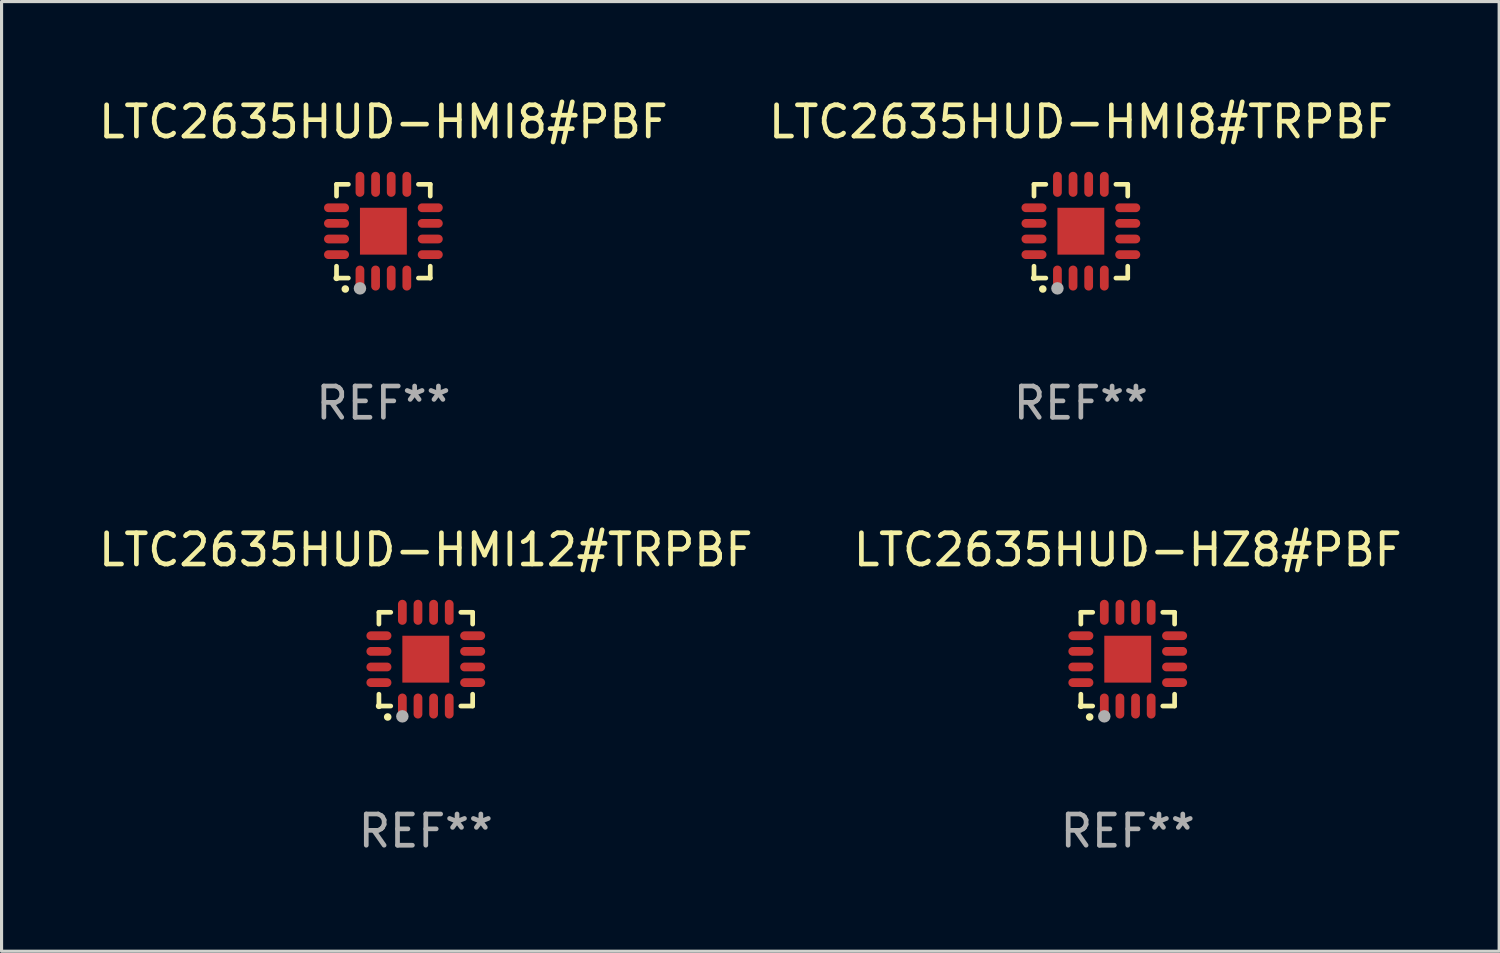
<source format=kicad_pcb>
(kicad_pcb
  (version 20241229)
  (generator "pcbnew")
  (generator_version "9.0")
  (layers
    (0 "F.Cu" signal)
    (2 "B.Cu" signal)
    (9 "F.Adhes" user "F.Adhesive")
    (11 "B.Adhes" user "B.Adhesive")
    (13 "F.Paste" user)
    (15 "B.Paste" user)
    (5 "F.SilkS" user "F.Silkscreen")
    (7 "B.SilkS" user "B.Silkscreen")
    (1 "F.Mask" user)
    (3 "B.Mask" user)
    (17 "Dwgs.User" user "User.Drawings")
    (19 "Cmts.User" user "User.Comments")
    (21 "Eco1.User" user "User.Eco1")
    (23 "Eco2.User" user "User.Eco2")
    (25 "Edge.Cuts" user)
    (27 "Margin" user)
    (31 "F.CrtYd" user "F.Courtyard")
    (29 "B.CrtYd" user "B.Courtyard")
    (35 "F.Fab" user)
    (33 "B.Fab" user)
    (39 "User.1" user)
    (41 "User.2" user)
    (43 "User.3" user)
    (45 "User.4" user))
  (footprint "LTC2635HUD-HMI8#TRPBF"
    (layer "F.Cu")
    (at 31.542 4.349)
    (property "Reference" "LTC2635HUD-HMI8#TRPBF" (at 0 -3.5 0) (layer "F.SilkS") (effects (font (size 1 1) (thickness 0.15))))
    (attr through_hole)
    (fp_line (start -1.5 -1.5) (end -1.121 -1.5) (stroke (width 0.15) (type solid)) (layer "F.SilkS"))
    (fp_line (start -1.5 -1.122) (end -1.5 -1.5) (stroke (width 0.15) (type solid)) (layer "F.SilkS"))
    (fp_line (start -1.5 1.5) (end -1.5 1.121) (stroke (width 0.15) (type solid)) (layer "F.SilkS"))
    (fp_line (start -1.121 1.5) (end -1.5 1.5) (stroke (width 0.15) (type solid)) (layer "F.SilkS"))
    (fp_line (start 1.121 -1.5) (end 1.5 -1.5) (stroke (width 0.15) (type solid)) (layer "F.SilkS"))
    (fp_line (start 1.5 -1.5) (end 1.5 -1.122) (stroke (width 0.15) (type solid)) (layer "F.SilkS"))
    (fp_line (start 1.5 1.121) (end 1.5 1.5) (stroke (width 0.15) (type solid)) (layer "F.SilkS"))
    (fp_line (start 1.5 1.5) (end 1.121 1.5) (stroke (width 0.15) (type solid)) (layer "F.SilkS"))
    (fp_arc (start -1.219926 1.850254) (mid -1.21891 1.85025) (end -1.217894 1.850254) (stroke (width 0.240005) (type solid)) (layer "F.SilkS"))
    (fp_circle (center -1.5 1.5) (end -1.45 1.5) (stroke (width 0.1) (type solid)) (fill no) (layer "F.SilkS"))
    (fp_circle (center -0.75 1.83) (end -0.65 1.83) (stroke (width 0.2) (type solid)) (fill no) (layer "F.Fab"))
    (fp_text user "REF**" (at 0 5.5 0) (layer "F.Fab") (effects (font (size 1 1) (thickness 0.15))))
    (pad "1" smd oval (at -0.75 1.5) (size 0.28 0.8) (layers "F.Cu" "F.Mask" "F.Paste"))
    (pad "2" smd oval (at -0.25 1.5) (size 0.28 0.8) (layers "F.Cu" "F.Mask" "F.Paste"))
    (pad "3" smd oval (at 0.25 1.5) (size 0.28 0.8) (layers "F.Cu" "F.Mask" "F.Paste"))
    (pad "4" smd oval (at 0.75 1.5) (size 0.28 0.8) (layers "F.Cu" "F.Mask" "F.Paste"))
    (pad "5" smd oval (at 1.5 0.75) (size 0.8 0.28) (layers "F.Cu" "F.Mask" "F.Paste"))
    (pad "6" smd oval (at 1.5 0.25) (size 0.8 0.28) (layers "F.Cu" "F.Mask" "F.Paste"))
    (pad "7" smd oval (at 1.5 -0.25) (size 0.8 0.28) (layers "F.Cu" "F.Mask" "F.Paste"))
    (pad "8" smd oval (at 1.5 -0.75) (size 0.8 0.28) (layers "F.Cu" "F.Mask" "F.Paste"))
    (pad "9" smd oval (at 0.75 -1.5) (size 0.28 0.8) (layers "F.Cu" "F.Mask" "F.Paste"))
    (pad "10" smd oval (at 0.25 -1.5) (size 0.28 0.8) (layers "F.Cu" "F.Mask" "F.Paste"))
    (pad "11" smd oval (at -0.25 -1.5) (size 0.28 0.8) (layers "F.Cu" "F.Mask" "F.Paste"))
    (pad "12" smd oval (at -0.75 -1.5) (size 0.28 0.8) (layers "F.Cu" "F.Mask" "F.Paste"))
    (pad "13" smd oval (at -1.5 -0.75) (size 0.8 0.28) (layers "F.Cu" "F.Mask" "F.Paste"))
    (pad "14" smd oval (at -1.5 -0.25) (size 0.8 0.28) (layers "F.Cu" "F.Mask" "F.Paste"))
    (pad "15" smd oval (at -1.5 0.25) (size 0.8 0.28) (layers "F.Cu" "F.Mask" "F.Paste"))
    (pad "16" smd oval (at -1.5 0.75) (size 0.8 0.28) (layers "F.Cu" "F.Mask" "F.Paste"))
    (pad "17" smd rect (at -0.000064 0.000165) (size 1.5 1.5) (layers "F.Cu" "F.Mask" "F.Paste")))
  (footprint "LTC2635HUD-HMI8#PBF"
    (layer "F.Cu")
    (at 9.22 4.349)
    (property "Reference" "LTC2635HUD-HMI8#PBF" (at 0 -3.5 0) (layer "F.SilkS") (effects (font (size 1 1) (thickness 0.15))))
    (attr through_hole)
    (fp_line (start -1.5 -1.5) (end -1.121 -1.5) (stroke (width 0.15) (type solid)) (layer "F.SilkS"))
    (fp_line (start -1.5 -1.122) (end -1.5 -1.5) (stroke (width 0.15) (type solid)) (layer "F.SilkS"))
    (fp_line (start -1.5 1.5) (end -1.5 1.121) (stroke (width 0.15) (type solid)) (layer "F.SilkS"))
    (fp_line (start -1.121 1.5) (end -1.5 1.5) (stroke (width 0.15) (type solid)) (layer "F.SilkS"))
    (fp_line (start 1.121 -1.5) (end 1.5 -1.5) (stroke (width 0.15) (type solid)) (layer "F.SilkS"))
    (fp_line (start 1.5 -1.5) (end 1.5 -1.122) (stroke (width 0.15) (type solid)) (layer "F.SilkS"))
    (fp_line (start 1.5 1.121) (end 1.5 1.5) (stroke (width 0.15) (type solid)) (layer "F.SilkS"))
    (fp_line (start 1.5 1.5) (end 1.121 1.5) (stroke (width 0.15) (type solid)) (layer "F.SilkS"))
    (fp_arc (start -1.219926 1.850254) (mid -1.21891 1.85025) (end -1.217894 1.850254) (stroke (width 0.240005) (type solid)) (layer "F.SilkS"))
    (fp_circle (center -1.5 1.5) (end -1.45 1.5) (stroke (width 0.1) (type solid)) (fill no) (layer "F.SilkS"))
    (fp_circle (center -0.75 1.83) (end -0.65 1.83) (stroke (width 0.2) (type solid)) (fill no) (layer "F.Fab"))
    (fp_text user "REF**" (at 0 5.5 0) (layer "F.Fab") (effects (font (size 1 1) (thickness 0.15))))
    (pad "1" smd oval (at -0.75 1.5) (size 0.28 0.8) (layers "F.Cu" "F.Mask" "F.Paste"))
    (pad "2" smd oval (at -0.25 1.5) (size 0.28 0.8) (layers "F.Cu" "F.Mask" "F.Paste"))
    (pad "3" smd oval (at 0.25 1.5) (size 0.28 0.8) (layers "F.Cu" "F.Mask" "F.Paste"))
    (pad "4" smd oval (at 0.75 1.5) (size 0.28 0.8) (layers "F.Cu" "F.Mask" "F.Paste"))
    (pad "5" smd oval (at 1.5 0.75) (size 0.8 0.28) (layers "F.Cu" "F.Mask" "F.Paste"))
    (pad "6" smd oval (at 1.5 0.25) (size 0.8 0.28) (layers "F.Cu" "F.Mask" "F.Paste"))
    (pad "7" smd oval (at 1.5 -0.25) (size 0.8 0.28) (layers "F.Cu" "F.Mask" "F.Paste"))
    (pad "8" smd oval (at 1.5 -0.75) (size 0.8 0.28) (layers "F.Cu" "F.Mask" "F.Paste"))
    (pad "9" smd oval (at 0.75 -1.5) (size 0.28 0.8) (layers "F.Cu" "F.Mask" "F.Paste"))
    (pad "10" smd oval (at 0.25 -1.5) (size 0.28 0.8) (layers "F.Cu" "F.Mask" "F.Paste"))
    (pad "11" smd oval (at -0.25 -1.5) (size 0.28 0.8) (layers "F.Cu" "F.Mask" "F.Paste"))
    (pad "12" smd oval (at -0.75 -1.5) (size 0.28 0.8) (layers "F.Cu" "F.Mask" "F.Paste"))
    (pad "13" smd oval (at -1.5 -0.75) (size 0.8 0.28) (layers "F.Cu" "F.Mask" "F.Paste"))
    (pad "14" smd oval (at -1.5 -0.25) (size 0.8 0.28) (layers "F.Cu" "F.Mask" "F.Paste"))
    (pad "15" smd oval (at -1.5 0.25) (size 0.8 0.28) (layers "F.Cu" "F.Mask" "F.Paste"))
    (pad "16" smd oval (at -1.5 0.75) (size 0.8 0.28) (layers "F.Cu" "F.Mask" "F.Paste"))
    (pad "17" smd rect (at -0.000064 0.000165) (size 1.5 1.5) (layers "F.Cu" "F.Mask" "F.Paste")))
  (footprint "LTC2635HUD-HZ8#PBF"
    (layer "F.Cu")
    (at 33.042 18.046)
    (property "Reference" "LTC2635HUD-HZ8#PBF" (at 0 -3.5 0) (layer "F.SilkS") (effects (font (size 1 1) (thickness 0.15))))
    (attr through_hole)
    (fp_line (start -1.5 -1.5) (end -1.121 -1.5) (stroke (width 0.15) (type solid)) (layer "F.SilkS"))
    (fp_line (start -1.5 -1.122) (end -1.5 -1.5) (stroke (width 0.15) (type solid)) (layer "F.SilkS"))
    (fp_line (start -1.5 1.5) (end -1.5 1.121) (stroke (width 0.15) (type solid)) (layer "F.SilkS"))
    (fp_line (start -1.121 1.5) (end -1.5 1.5) (stroke (width 0.15) (type solid)) (layer "F.SilkS"))
    (fp_line (start 1.121 -1.5) (end 1.5 -1.5) (stroke (width 0.15) (type solid)) (layer "F.SilkS"))
    (fp_line (start 1.5 -1.5) (end 1.5 -1.122) (stroke (width 0.15) (type solid)) (layer "F.SilkS"))
    (fp_line (start 1.5 1.121) (end 1.5 1.5) (stroke (width 0.15) (type solid)) (layer "F.SilkS"))
    (fp_line (start 1.5 1.5) (end 1.121 1.5) (stroke (width 0.15) (type solid)) (layer "F.SilkS"))
    (fp_arc (start -1.219926 1.850254) (mid -1.21891 1.85025) (end -1.217894 1.850254) (stroke (width 0.240005) (type solid)) (layer "F.SilkS"))
    (fp_circle (center -1.5 1.5) (end -1.45 1.5) (stroke (width 0.1) (type solid)) (fill no) (layer "F.SilkS"))
    (fp_circle (center -0.75 1.83) (end -0.65 1.83) (stroke (width 0.2) (type solid)) (fill no) (layer "F.Fab"))
    (fp_text user "REF**" (at 0 5.5 0) (layer "F.Fab") (effects (font (size 1 1) (thickness 0.15))))
    (pad "1" smd oval (at -0.75 1.5) (size 0.28 0.8) (layers "F.Cu" "F.Mask" "F.Paste"))
    (pad "2" smd oval (at -0.25 1.5) (size 0.28 0.8) (layers "F.Cu" "F.Mask" "F.Paste"))
    (pad "3" smd oval (at 0.25 1.5) (size 0.28 0.8) (layers "F.Cu" "F.Mask" "F.Paste"))
    (pad "4" smd oval (at 0.75 1.5) (size 0.28 0.8) (layers "F.Cu" "F.Mask" "F.Paste"))
    (pad "5" smd oval (at 1.5 0.75) (size 0.8 0.28) (layers "F.Cu" "F.Mask" "F.Paste"))
    (pad "6" smd oval (at 1.5 0.25) (size 0.8 0.28) (layers "F.Cu" "F.Mask" "F.Paste"))
    (pad "7" smd oval (at 1.5 -0.25) (size 0.8 0.28) (layers "F.Cu" "F.Mask" "F.Paste"))
    (pad "8" smd oval (at 1.5 -0.75) (size 0.8 0.28) (layers "F.Cu" "F.Mask" "F.Paste"))
    (pad "9" smd oval (at 0.75 -1.5) (size 0.28 0.8) (layers "F.Cu" "F.Mask" "F.Paste"))
    (pad "10" smd oval (at 0.25 -1.5) (size 0.28 0.8) (layers "F.Cu" "F.Mask" "F.Paste"))
    (pad "11" smd oval (at -0.25 -1.5) (size 0.28 0.8) (layers "F.Cu" "F.Mask" "F.Paste"))
    (pad "12" smd oval (at -0.75 -1.5) (size 0.28 0.8) (layers "F.Cu" "F.Mask" "F.Paste"))
    (pad "13" smd oval (at -1.5 -0.75) (size 0.8 0.28) (layers "F.Cu" "F.Mask" "F.Paste"))
    (pad "14" smd oval (at -1.5 -0.25) (size 0.8 0.28) (layers "F.Cu" "F.Mask" "F.Paste"))
    (pad "15" smd oval (at -1.5 0.25) (size 0.8 0.28) (layers "F.Cu" "F.Mask" "F.Paste"))
    (pad "16" smd oval (at -1.5 0.75) (size 0.8 0.28) (layers "F.Cu" "F.Mask" "F.Paste"))
    (pad "17" smd rect (at -0.000064 0.000165) (size 1.5 1.5) (layers "F.Cu" "F.Mask" "F.Paste")))
  (footprint "LTC2635HUD-HMI12#TRPBF"
    (layer "F.Cu")
    (at 10.577 18.046)
    (property "Reference" "LTC2635HUD-HMI12#TRPBF" (at 0 -3.5 0) (layer "F.SilkS") (effects (font (size 1 1) (thickness 0.15))))
    (attr through_hole)
    (fp_line (start -1.5 -1.5) (end -1.121 -1.5) (stroke (width 0.15) (type solid)) (layer "F.SilkS"))
    (fp_line (start -1.5 -1.122) (end -1.5 -1.5) (stroke (width 0.15) (type solid)) (layer "F.SilkS"))
    (fp_line (start -1.5 1.5) (end -1.5 1.121) (stroke (width 0.15) (type solid)) (layer "F.SilkS"))
    (fp_line (start -1.121 1.5) (end -1.5 1.5) (stroke (width 0.15) (type solid)) (layer "F.SilkS"))
    (fp_line (start 1.121 -1.5) (end 1.5 -1.5) (stroke (width 0.15) (type solid)) (layer "F.SilkS"))
    (fp_line (start 1.5 -1.5) (end 1.5 -1.122) (stroke (width 0.15) (type solid)) (layer "F.SilkS"))
    (fp_line (start 1.5 1.121) (end 1.5 1.5) (stroke (width 0.15) (type solid)) (layer "F.SilkS"))
    (fp_line (start 1.5 1.5) (end 1.121 1.5) (stroke (width 0.15) (type solid)) (layer "F.SilkS"))
    (fp_arc (start -1.219926 1.850254) (mid -1.21891 1.85025) (end -1.217894 1.850254) (stroke (width 0.240005) (type solid)) (layer "F.SilkS"))
    (fp_circle (center -1.5 1.5) (end -1.45 1.5) (stroke (width 0.1) (type solid)) (fill no) (layer "F.SilkS"))
    (fp_circle (center -0.75 1.83) (end -0.65 1.83) (stroke (width 0.2) (type solid)) (fill no) (layer "F.Fab"))
    (fp_text user "REF**" (at 0 5.5 0) (layer "F.Fab") (effects (font (size 1 1) (thickness 0.15))))
    (pad "1" smd oval (at -0.75 1.5) (size 0.28 0.8) (layers "F.Cu" "F.Mask" "F.Paste"))
    (pad "2" smd oval (at -0.25 1.5) (size 0.28 0.8) (layers "F.Cu" "F.Mask" "F.Paste"))
    (pad "3" smd oval (at 0.25 1.5) (size 0.28 0.8) (layers "F.Cu" "F.Mask" "F.Paste"))
    (pad "4" smd oval (at 0.75 1.5) (size 0.28 0.8) (layers "F.Cu" "F.Mask" "F.Paste"))
    (pad "5" smd oval (at 1.5 0.75) (size 0.8 0.28) (layers "F.Cu" "F.Mask" "F.Paste"))
    (pad "6" smd oval (at 1.5 0.25) (size 0.8 0.28) (layers "F.Cu" "F.Mask" "F.Paste"))
    (pad "7" smd oval (at 1.5 -0.25) (size 0.8 0.28) (layers "F.Cu" "F.Mask" "F.Paste"))
    (pad "8" smd oval (at 1.5 -0.75) (size 0.8 0.28) (layers "F.Cu" "F.Mask" "F.Paste"))
    (pad "9" smd oval (at 0.75 -1.5) (size 0.28 0.8) (layers "F.Cu" "F.Mask" "F.Paste"))
    (pad "10" smd oval (at 0.25 -1.5) (size 0.28 0.8) (layers "F.Cu" "F.Mask" "F.Paste"))
    (pad "11" smd oval (at -0.25 -1.5) (size 0.28 0.8) (layers "F.Cu" "F.Mask" "F.Paste"))
    (pad "12" smd oval (at -0.75 -1.5) (size 0.28 0.8) (layers "F.Cu" "F.Mask" "F.Paste"))
    (pad "13" smd oval (at -1.5 -0.75) (size 0.8 0.28) (layers "F.Cu" "F.Mask" "F.Paste"))
    (pad "14" smd oval (at -1.5 -0.25) (size 0.8 0.28) (layers "F.Cu" "F.Mask" "F.Paste"))
    (pad "15" smd oval (at -1.5 0.25) (size 0.8 0.28) (layers "F.Cu" "F.Mask" "F.Paste"))
    (pad "16" smd oval (at -1.5 0.75) (size 0.8 0.28) (layers "F.Cu" "F.Mask" "F.Paste"))
    (pad "17" smd rect (at -0.000064 0.000165) (size 1.5 1.5) (layers "F.Cu" "F.Mask" "F.Paste")))
  (gr_rect
    (start -3 -3)
    (end 44.929 27.394)
    (stroke (width 0.1) (type default))
    (fill no)
    (layer "Edge.Cuts")))
</source>
